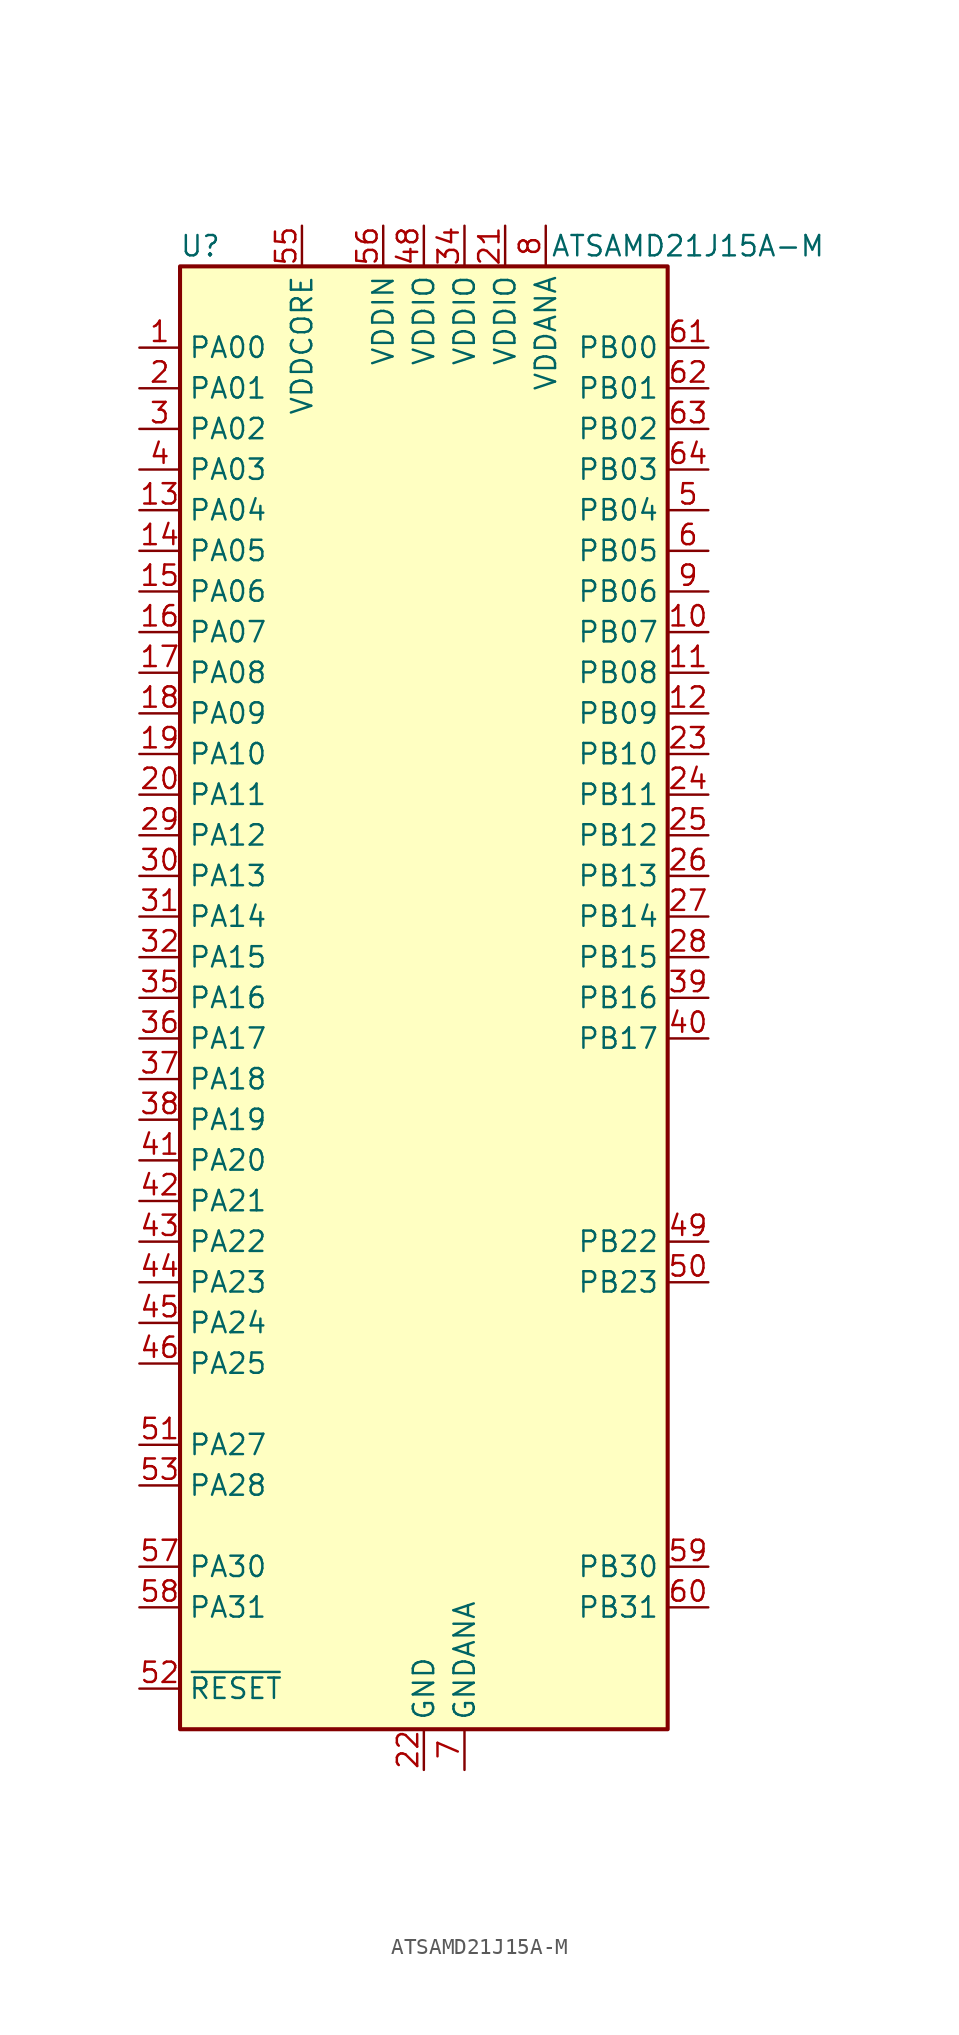
<source format=kicad_sym>
(kicad_symbol_lib
  (version 20211014)
  (generator kicad_symbol_editor)
  (symbol "ATSAMD21J15A-M"
    (property "Reference" "U"
      (at -13.97 46.99 0)
      (effects (font (size 1.27 1.27))))
    (property "Value" "ATSAMD21J15A-M"
      (at 16.51 46.99 0)
      (effects (font (size 1.27 1.27))))
    (symbol "ATSAMD21J15A-M_0_1"
      (rectangle (start -15.24 45.72) (end 15.24 -45.72) (stroke (width 0.254) (type default) (color 0 0 0 0)) (fill (type background))))
    (symbol "ATSAMD21J15A-M_1_1"
      (pin bidirectional line (at -17.78 40.64 0) (length 2.54) (name "PA00" (effects (font (size 1.27 1.27)))) (number "1" (effects (font (size 1.27 1.27)))))
      (pin bidirectional line (at 17.78 22.86 180) (length 2.54) (name "PB07" (effects (font (size 1.27 1.27)))) (number "10" (effects (font (size 1.27 1.27)))))
      (pin bidirectional line (at 17.78 20.32 180) (length 2.54) (name "PB08" (effects (font (size 1.27 1.27)))) (number "11" (effects (font (size 1.27 1.27)))))
      (pin bidirectional line (at 17.78 17.78 180) (length 2.54) (name "PB09" (effects (font (size 1.27 1.27)))) (number "12" (effects (font (size 1.27 1.27)))))
      (pin bidirectional line (at -17.78 30.48 0) (length 2.54) (name "PA04" (effects (font (size 1.27 1.27)))) (number "13" (effects (font (size 1.27 1.27)))))
      (pin bidirectional line (at -17.78 27.94 0) (length 2.54) (name "PA05" (effects (font (size 1.27 1.27)))) (number "14" (effects (font (size 1.27 1.27)))))
      (pin bidirectional line (at -17.78 25.4 0) (length 2.54) (name "PA06" (effects (font (size 1.27 1.27)))) (number "15" (effects (font (size 1.27 1.27)))))
      (pin bidirectional line (at -17.78 22.86 0) (length 2.54) (name "PA07" (effects (font (size 1.27 1.27)))) (number "16" (effects (font (size 1.27 1.27)))))
      (pin bidirectional line (at -17.78 20.32 0) (length 2.54) (name "PA08" (effects (font (size 1.27 1.27)))) (number "17" (effects (font (size 1.27 1.27)))))
      (pin bidirectional line (at -17.78 17.78 0) (length 2.54) (name "PA09" (effects (font (size 1.27 1.27)))) (number "18" (effects (font (size 1.27 1.27)))))
      (pin bidirectional line (at -17.78 15.24 0) (length 2.54) (name "PA10" (effects (font (size 1.27 1.27)))) (number "19" (effects (font (size 1.27 1.27)))))
      (pin bidirectional line (at -17.78 38.1 0) (length 2.54) (name "PA01" (effects (font (size 1.27 1.27)))) (number "2" (effects (font (size 1.27 1.27)))))
      (pin bidirectional line (at -17.78 12.7 0) (length 2.54) (name "PA11" (effects (font (size 1.27 1.27)))) (number "20" (effects (font (size 1.27 1.27)))))
      (pin power_in line (at 5.08 48.26 270) (length 2.54) (name "VDDIO" (effects (font (size 1.27 1.27)))) (number "21" (effects (font (size 1.27 1.27)))))
      (pin power_in line (at 0 -48.26 90) (length 2.54) (name "GND" (effects (font (size 1.27 1.27)))) (number "22" (effects (font (size 1.27 1.27)))))
      (pin bidirectional line (at 17.78 15.24 180) (length 2.54) (name "PB10" (effects (font (size 1.27 1.27)))) (number "23" (effects (font (size 1.27 1.27)))))
      (pin bidirectional line (at 17.78 12.7 180) (length 2.54) (name "PB11" (effects (font (size 1.27 1.27)))) (number "24" (effects (font (size 1.27 1.27)))))
      (pin bidirectional line (at 17.78 10.16 180) (length 2.54) (name "PB12" (effects (font (size 1.27 1.27)))) (number "25" (effects (font (size 1.27 1.27)))))
      (pin bidirectional line (at 17.78 7.62 180) (length 2.54) (name "PB13" (effects (font (size 1.27 1.27)))) (number "26" (effects (font (size 1.27 1.27)))))
      (pin bidirectional line (at 17.78 5.08 180) (length 2.54) (name "PB14" (effects (font (size 1.27 1.27)))) (number "27" (effects (font (size 1.27 1.27)))))
      (pin bidirectional line (at 17.78 2.54 180) (length 2.54) (name "PB15" (effects (font (size 1.27 1.27)))) (number "28" (effects (font (size 1.27 1.27)))))
      (pin bidirectional line (at -17.78 10.16 0) (length 2.54) (name "PA12" (effects (font (size 1.27 1.27)))) (number "29" (effects (font (size 1.27 1.27)))))
      (pin bidirectional line (at -17.78 35.56 0) (length 2.54) (name "PA02" (effects (font (size 1.27 1.27)))) (number "3" (effects (font (size 1.27 1.27)))))
      (pin bidirectional line (at -17.78 7.62 0) (length 2.54) (name "PA13" (effects (font (size 1.27 1.27)))) (number "30" (effects (font (size 1.27 1.27)))))
      (pin bidirectional line (at -17.78 5.08 0) (length 2.54) (name "PA14" (effects (font (size 1.27 1.27)))) (number "31" (effects (font (size 1.27 1.27)))))
      (pin bidirectional line (at -17.78 2.54 0) (length 2.54) (name "PA15" (effects (font (size 1.27 1.27)))) (number "32" (effects (font (size 1.27 1.27)))))
      (pin passive line (at 0 -48.26 90) (length 2.54) hide (name "GND" (effects (font (size 1.27 1.27)))) (number "33" (effects (font (size 1.27 1.27)))))
      (pin power_in line (at 2.54 48.26 270) (length 2.54) (name "VDDIO" (effects (font (size 1.27 1.27)))) (number "34" (effects (font (size 1.27 1.27)))))
      (pin bidirectional line (at -17.78 0 0) (length 2.54) (name "PA16" (effects (font (size 1.27 1.27)))) (number "35" (effects (font (size 1.27 1.27)))))
      (pin bidirectional line (at -17.78 -2.54 0) (length 2.54) (name "PA17" (effects (font (size 1.27 1.27)))) (number "36" (effects (font (size 1.27 1.27)))))
      (pin bidirectional line (at -17.78 -5.08 0) (length 2.54) (name "PA18" (effects (font (size 1.27 1.27)))) (number "37" (effects (font (size 1.27 1.27)))))
      (pin bidirectional line (at -17.78 -7.62 0) (length 2.54) (name "PA19" (effects (font (size 1.27 1.27)))) (number "38" (effects (font (size 1.27 1.27)))))
      (pin bidirectional line (at 17.78 0 180) (length 2.54) (name "PB16" (effects (font (size 1.27 1.27)))) (number "39" (effects (font (size 1.27 1.27)))))
      (pin bidirectional line (at -17.78 33.02 0) (length 2.54) (name "PA03" (effects (font (size 1.27 1.27)))) (number "4" (effects (font (size 1.27 1.27)))))
      (pin bidirectional line (at 17.78 -2.54 180) (length 2.54) (name "PB17" (effects (font (size 1.27 1.27)))) (number "40" (effects (font (size 1.27 1.27)))))
      (pin bidirectional line (at -17.78 -10.16 0) (length 2.54) (name "PA20" (effects (font (size 1.27 1.27)))) (number "41" (effects (font (size 1.27 1.27)))))
      (pin bidirectional line (at -17.78 -12.7 0) (length 2.54) (name "PA21" (effects (font (size 1.27 1.27)))) (number "42" (effects (font (size 1.27 1.27)))))
      (pin bidirectional line (at -17.78 -15.24 0) (length 2.54) (name "PA22" (effects (font (size 1.27 1.27)))) (number "43" (effects (font (size 1.27 1.27)))))
      (pin bidirectional line (at -17.78 -17.78 0) (length 2.54) (name "PA23" (effects (font (size 1.27 1.27)))) (number "44" (effects (font (size 1.27 1.27)))))
      (pin bidirectional line (at -17.78 -20.32 0) (length 2.54) (name "PA24" (effects (font (size 1.27 1.27)))) (number "45" (effects (font (size 1.27 1.27)))))
      (pin bidirectional line (at -17.78 -22.86 0) (length 2.54) (name "PA25" (effects (font (size 1.27 1.27)))) (number "46" (effects (font (size 1.27 1.27)))))
      (pin passive line (at 0 -48.26 90) (length 2.54) hide (name "GND" (effects (font (size 1.27 1.27)))) (number "47" (effects (font (size 1.27 1.27)))))
      (pin power_in line (at 0 48.26 270) (length 2.54) (name "VDDIO" (effects (font (size 1.27 1.27)))) (number "48" (effects (font (size 1.27 1.27)))))
      (pin bidirectional line (at 17.78 -15.24 180) (length 2.54) (name "PB22" (effects (font (size 1.27 1.27)))) (number "49" (effects (font (size 1.27 1.27)))))
      (pin bidirectional line (at 17.78 30.48 180) (length 2.54) (name "PB04" (effects (font (size 1.27 1.27)))) (number "5" (effects (font (size 1.27 1.27)))))
      (pin bidirectional line (at 17.78 -17.78 180) (length 2.54) (name "PB23" (effects (font (size 1.27 1.27)))) (number "50" (effects (font (size 1.27 1.27)))))
      (pin bidirectional line (at -17.78 -27.94 0) (length 2.54) (name "PA27" (effects (font (size 1.27 1.27)))) (number "51" (effects (font (size 1.27 1.27)))))
      (pin input line (at -17.78 -43.18 0) (length 2.54) (name "~{RESET}" (effects (font (size 1.27 1.27)))) (number "52" (effects (font (size 1.27 1.27)))))
      (pin bidirectional line (at -17.78 -30.48 0) (length 2.54) (name "PA28" (effects (font (size 1.27 1.27)))) (number "53" (effects (font (size 1.27 1.27)))))
      (pin passive line (at 0 -48.26 90) (length 2.54) hide (name "GND" (effects (font (size 1.27 1.27)))) (number "54" (effects (font (size 1.27 1.27)))))
      (pin power_out line (at -7.62 48.26 270) (length 2.54) (name "VDDCORE" (effects (font (size 1.27 1.27)))) (number "55" (effects (font (size 1.27 1.27)))))
      (pin power_in line (at -2.54 48.26 270) (length 2.54) (name "VDDIN" (effects (font (size 1.27 1.27)))) (number "56" (effects (font (size 1.27 1.27)))))
      (pin bidirectional line (at -17.78 -35.56 0) (length 2.54) (name "PA30" (effects (font (size 1.27 1.27)))) (number "57" (effects (font (size 1.27 1.27)))))
      (pin bidirectional line (at -17.78 -38.1 0) (length 2.54) (name "PA31" (effects (font (size 1.27 1.27)))) (number "58" (effects (font (size 1.27 1.27)))))
      (pin bidirectional line (at 17.78 -35.56 180) (length 2.54) (name "PB30" (effects (font (size 1.27 1.27)))) (number "59" (effects (font (size 1.27 1.27)))))
      (pin bidirectional line (at 17.78 27.94 180) (length 2.54) (name "PB05" (effects (font (size 1.27 1.27)))) (number "6" (effects (font (size 1.27 1.27)))))
      (pin bidirectional line (at 17.78 -38.1 180) (length 2.54) (name "PB31" (effects (font (size 1.27 1.27)))) (number "60" (effects (font (size 1.27 1.27)))))
      (pin bidirectional line (at 17.78 40.64 180) (length 2.54) (name "PB00" (effects (font (size 1.27 1.27)))) (number "61" (effects (font (size 1.27 1.27)))))
      (pin bidirectional line (at 17.78 38.1 180) (length 2.54) (name "PB01" (effects (font (size 1.27 1.27)))) (number "62" (effects (font (size 1.27 1.27)))))
      (pin bidirectional line (at 17.78 35.56 180) (length 2.54) (name "PB02" (effects (font (size 1.27 1.27)))) (number "63" (effects (font (size 1.27 1.27)))))
      (pin bidirectional line (at 17.78 33.02 180) (length 2.54) (name "PB03" (effects (font (size 1.27 1.27)))) (number "64" (effects (font (size 1.27 1.27)))))
      (pin no_connect line (at 15.24 -43.18 180) (length 2.54) hide (name "EP" (effects (font (size 1.27 1.27)))) (number "65" (effects (font (size 1.27 1.27)))))
      (pin power_in line (at 2.54 -48.26 90) (length 2.54) (name "GNDANA" (effects (font (size 1.27 1.27)))) (number "7" (effects (font (size 1.27 1.27)))))
      (pin power_in line (at 7.62 48.26 270) (length 2.54) (name "VDDANA" (effects (font (size 1.27 1.27)))) (number "8" (effects (font (size 1.27 1.27)))))
      (pin bidirectional line (at 17.78 25.4 180) (length 2.54) (name "PB06" (effects (font (size 1.27 1.27)))) (number "9" (effects (font (size 1.27 1.27))))))))
</source>
